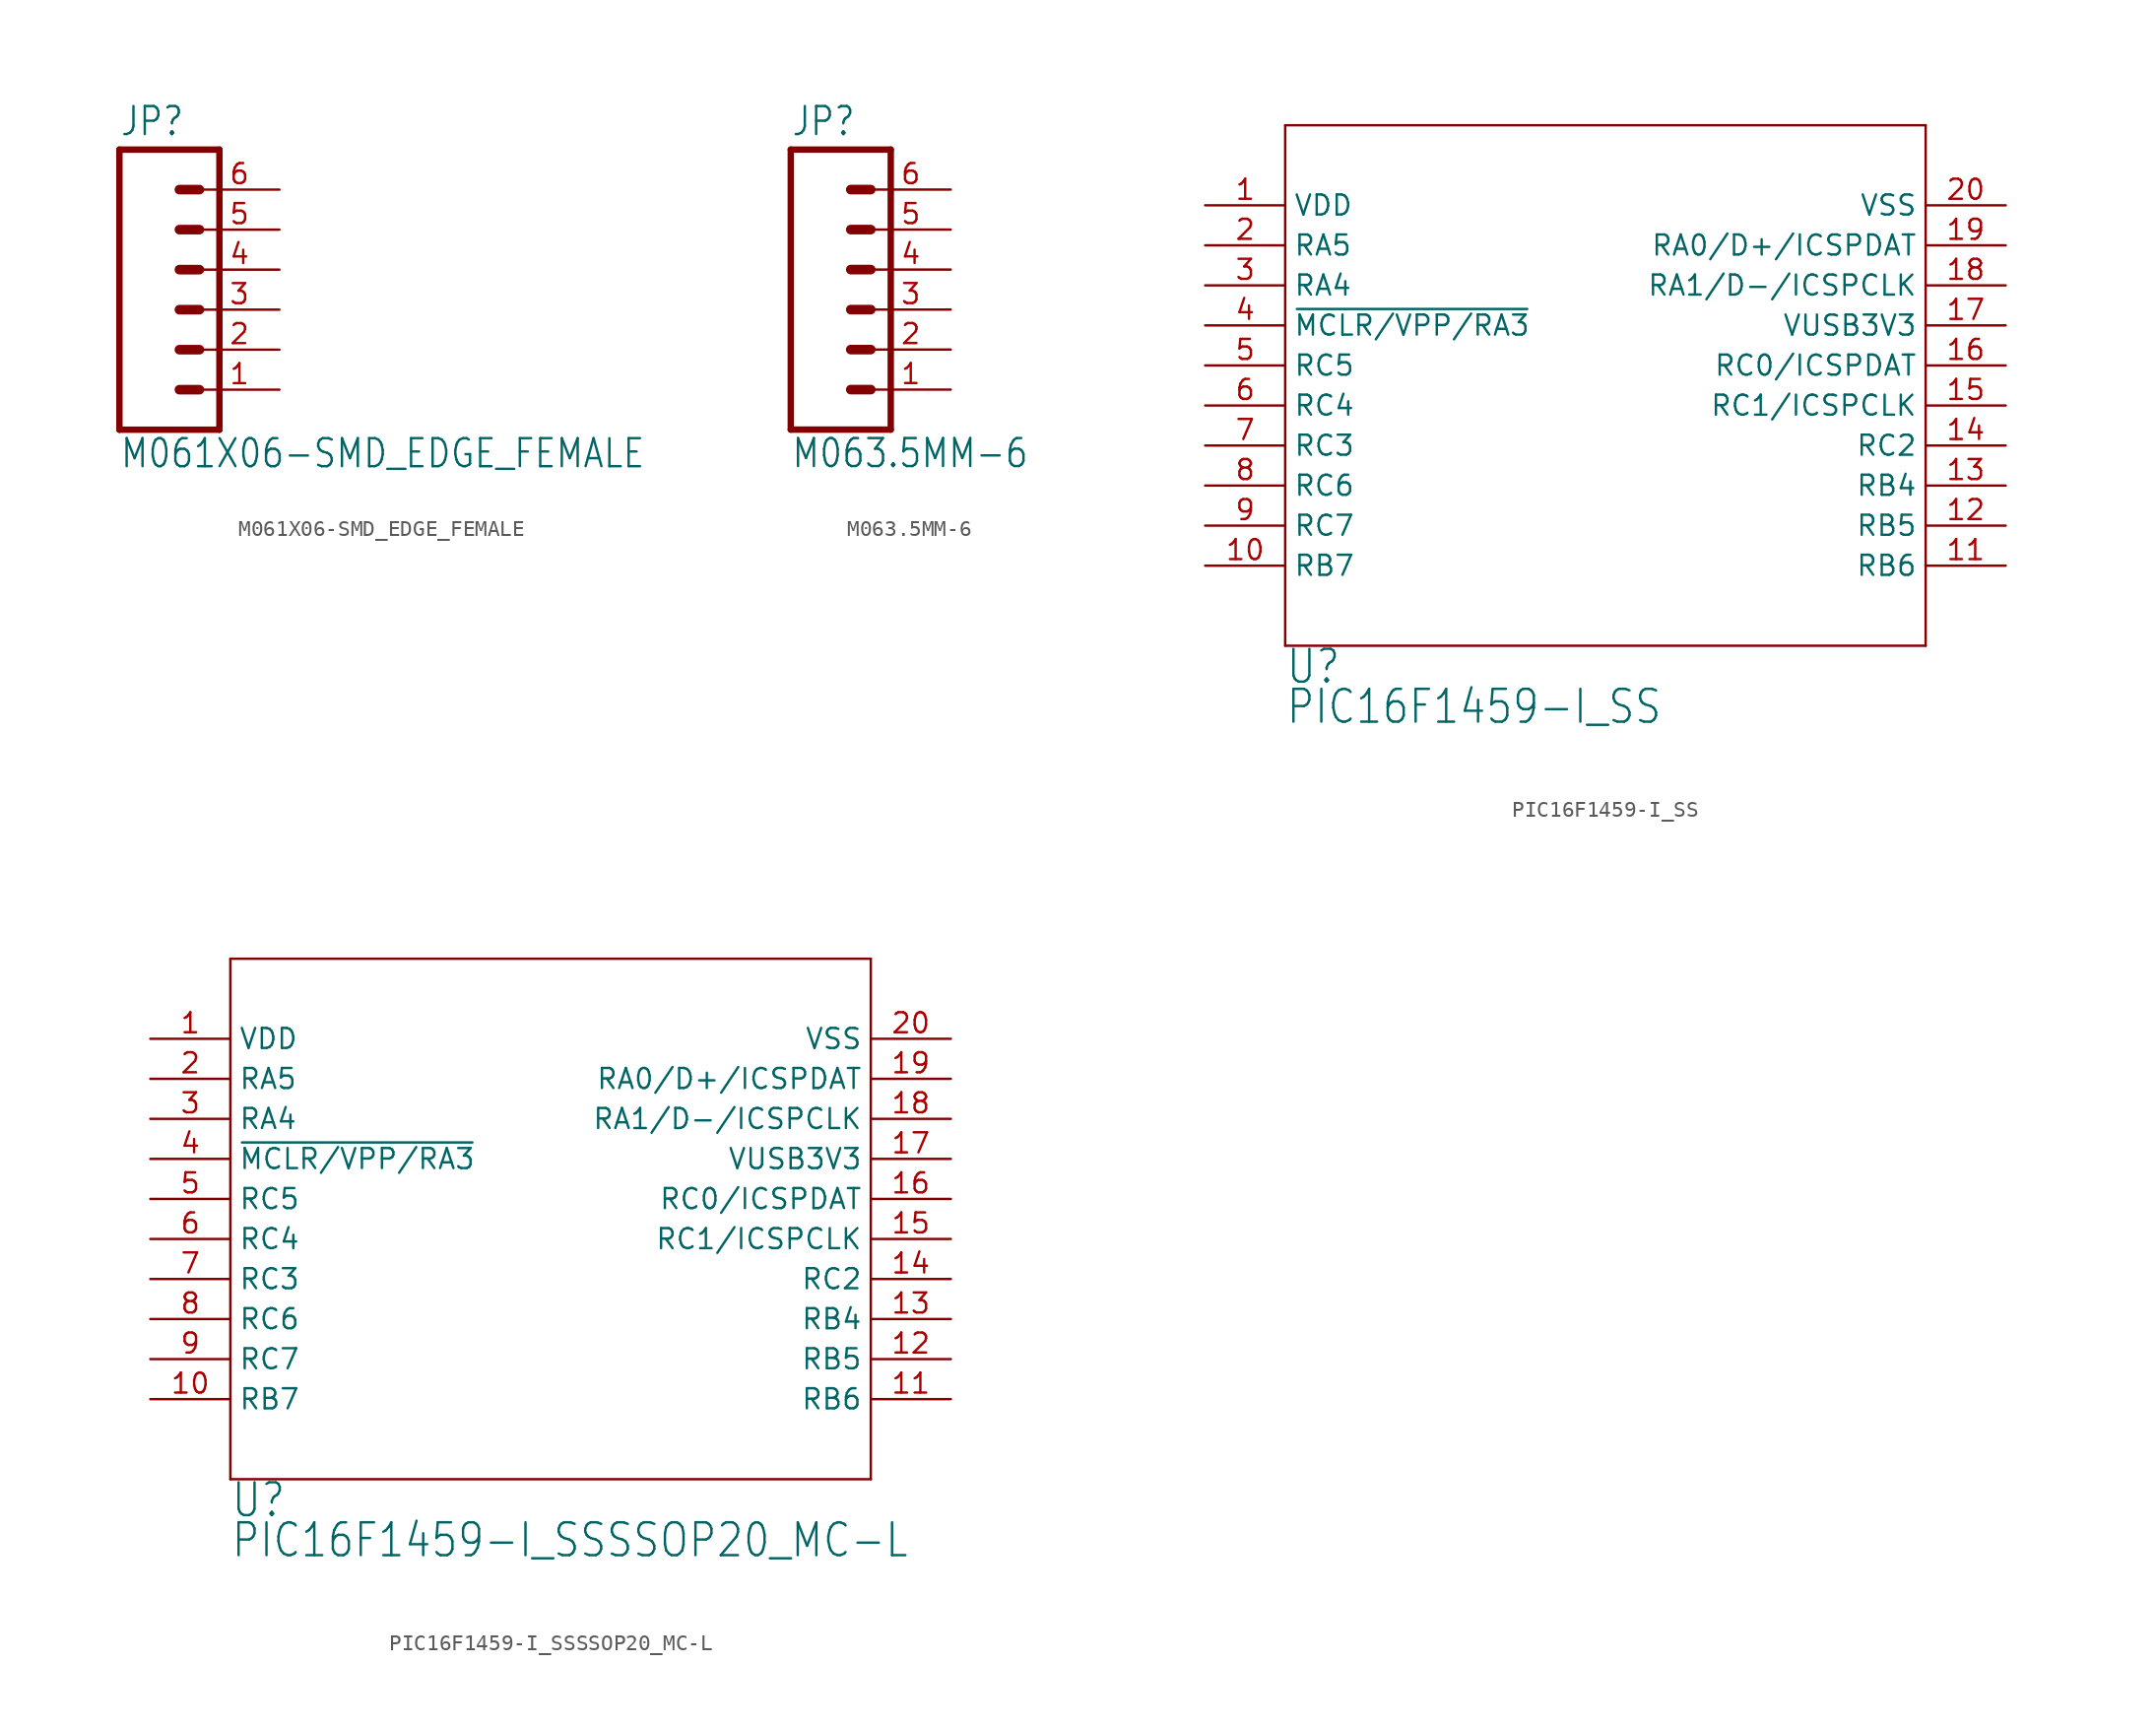
<source format=kicad_sym>
(kicad_symbol_lib
  (version 20201005)
  (generator kicad_symbol_editor)
  (symbol "M061X06-SMD_EDGE_FEMALE"
    (property "Reference" "JP"
      (at -5.08 10.922 0)
      (effects (font (size 1.778 1.511)) (justify left bottom)))
    (property "Value" "M061X06-SMD_EDGE_FEMALE"
      (at -5.08 -10.16 0)
      (effects (font (size 1.778 1.511)) (justify left bottom)))
    (property "ki_locked" ""
      (at 0 0 0)
      (effects (font (size 1.27 1.27))))
    (symbol "M061X06-SMD_EDGE_FEMALE_1_0"
      (polyline (pts (xy 1.27 -7.62) (xy -5.08 -7.62)) (stroke (width 0.406)) (fill (type none)))
      (polyline (pts (xy -1.27 0) (xy 0 0)) (stroke (width 0.61)) (fill (type none)))
      (polyline (pts (xy -1.27 -2.54) (xy 0 -2.54)) (stroke (width 0.61)) (fill (type none)))
      (polyline (pts (xy -1.27 -5.08) (xy 0 -5.08)) (stroke (width 0.61)) (fill (type none)))
      (polyline (pts (xy -5.08 10.16) (xy -5.08 -7.62)) (stroke (width 0.406)) (fill (type none)))
      (polyline (pts (xy 1.27 -7.62) (xy 1.27 10.16)) (stroke (width 0.406)) (fill (type none)))
      (polyline (pts (xy -5.08 10.16) (xy 1.27 10.16)) (stroke (width 0.406)) (fill (type none)))
      (polyline (pts (xy -1.27 5.08) (xy 0 5.08)) (stroke (width 0.61)) (fill (type none)))
      (polyline (pts (xy -1.27 2.54) (xy 0 2.54)) (stroke (width 0.61)) (fill (type none)))
      (polyline (pts (xy -1.27 7.62) (xy 0 7.62)) (stroke (width 0.61)) (fill (type none)))
      (pin passive line (at 5.08 -5.08 180) (length 5.08) (name "1" (effects (font (size 0 0)))) (number "1" (effects (font (size 1.27 1.27)))))
      (pin passive line (at 5.08 -2.54 180) (length 5.08) (name "2" (effects (font (size 0 0)))) (number "2" (effects (font (size 1.27 1.27)))))
      (pin passive line (at 5.08 0 180) (length 5.08) (name "3" (effects (font (size 0 0)))) (number "3" (effects (font (size 1.27 1.27)))))
      (pin passive line (at 5.08 2.54 180) (length 5.08) (name "4" (effects (font (size 0 0)))) (number "4" (effects (font (size 1.27 1.27)))))
      (pin passive line (at 5.08 5.08 180) (length 5.08) (name "5" (effects (font (size 0 0)))) (number "5" (effects (font (size 1.27 1.27)))))
      (pin passive line (at 5.08 7.62 180) (length 5.08) (name "6" (effects (font (size 0 0)))) (number "6" (effects (font (size 1.27 1.27)))))))
  (symbol "M063.5MM-6"
    (property "Reference" "JP"
      (at -5.08 10.922 0)
      (effects (font (size 1.778 1.511)) (justify left bottom)))
    (property "Value" "M063.5MM-6"
      (at -5.08 -10.16 0)
      (effects (font (size 1.778 1.511)) (justify left bottom)))
    (property "ki_locked" ""
      (at 0 0 0)
      (effects (font (size 1.27 1.27))))
    (symbol "M063.5MM-6_1_0"
      (polyline (pts (xy 1.27 -7.62) (xy -5.08 -7.62)) (stroke (width 0.406)) (fill (type none)))
      (polyline (pts (xy -1.27 0) (xy 0 0)) (stroke (width 0.61)) (fill (type none)))
      (polyline (pts (xy -1.27 -2.54) (xy 0 -2.54)) (stroke (width 0.61)) (fill (type none)))
      (polyline (pts (xy -1.27 -5.08) (xy 0 -5.08)) (stroke (width 0.61)) (fill (type none)))
      (polyline (pts (xy -5.08 10.16) (xy -5.08 -7.62)) (stroke (width 0.406)) (fill (type none)))
      (polyline (pts (xy 1.27 -7.62) (xy 1.27 10.16)) (stroke (width 0.406)) (fill (type none)))
      (polyline (pts (xy -5.08 10.16) (xy 1.27 10.16)) (stroke (width 0.406)) (fill (type none)))
      (polyline (pts (xy -1.27 5.08) (xy 0 5.08)) (stroke (width 0.61)) (fill (type none)))
      (polyline (pts (xy -1.27 2.54) (xy 0 2.54)) (stroke (width 0.61)) (fill (type none)))
      (polyline (pts (xy -1.27 7.62) (xy 0 7.62)) (stroke (width 0.61)) (fill (type none)))
      (pin passive line (at 5.08 -5.08 180) (length 5.08) (name "1" (effects (font (size 0 0)))) (number "1" (effects (font (size 1.27 1.27)))))
      (pin passive line (at 5.08 -2.54 180) (length 5.08) (name "2" (effects (font (size 0 0)))) (number "2" (effects (font (size 1.27 1.27)))))
      (pin passive line (at 5.08 0 180) (length 5.08) (name "3" (effects (font (size 0 0)))) (number "3" (effects (font (size 1.27 1.27)))))
      (pin passive line (at 5.08 2.54 180) (length 5.08) (name "4" (effects (font (size 0 0)))) (number "4" (effects (font (size 1.27 1.27)))))
      (pin passive line (at 5.08 5.08 180) (length 5.08) (name "5" (effects (font (size 0 0)))) (number "5" (effects (font (size 1.27 1.27)))))
      (pin passive line (at 5.08 7.62 180) (length 5.08) (name "6" (effects (font (size 0 0)))) (number "6" (effects (font (size 1.27 1.27)))))))
  (symbol "PIC16F1459-I_SS"
    (property "Reference" "U"
      (at 0 -2.54 0)
      (effects (font (size 2.083 1.77)) (justify left bottom)))
    (property "Value" "PIC16F1459-I_SS"
      (at 0 -5.08 0)
      (effects (font (size 2.083 1.77)) (justify left bottom)))
    (property "ki_locked" ""
      (at 0 0 0)
      (effects (font (size 1.27 1.27))))
    (symbol "PIC16F1459-I_SS_1_0"
      (polyline (pts (xy 0 33.02) (xy 0 0)) (stroke (width 0.152)) (fill (type none)))
      (polyline (pts (xy 0 0) (xy 40.64 0)) (stroke (width 0.152)) (fill (type none)))
      (polyline (pts (xy 40.64 0) (xy 40.64 33.02)) (stroke (width 0.152)) (fill (type none)))
      (polyline (pts (xy 40.64 33.02) (xy 0 33.02)) (stroke (width 0.152)) (fill (type none)))
      (pin power_in line (at -5.08 27.94 0) (length 5.08) (name "VDD" (effects (font (size 1.27 1.27)))) (number "1" (effects (font (size 1.27 1.27)))))
      (pin bidirectional line (at -5.08 25.4 0) (length 5.08) (name "RA5" (effects (font (size 1.27 1.27)))) (number "2" (effects (font (size 1.27 1.27)))))
      (pin bidirectional line (at -5.08 22.86 0) (length 5.08) (name "RA4" (effects (font (size 1.27 1.27)))) (number "3" (effects (font (size 1.27 1.27)))))
      (pin bidirectional line (at -5.08 20.32 0) (length 5.08) (name "~MCLR/VPP/RA3" (effects (font (size 1.27 1.27)))) (number "4" (effects (font (size 1.27 1.27)))))
      (pin bidirectional line (at -5.08 17.78 0) (length 5.08) (name "RC5" (effects (font (size 1.27 1.27)))) (number "5" (effects (font (size 1.27 1.27)))))
      (pin bidirectional line (at -5.08 15.24 0) (length 5.08) (name "RC4" (effects (font (size 1.27 1.27)))) (number "6" (effects (font (size 1.27 1.27)))))
      (pin bidirectional line (at -5.08 12.7 0) (length 5.08) (name "RC3" (effects (font (size 1.27 1.27)))) (number "7" (effects (font (size 1.27 1.27)))))
      (pin bidirectional line (at -5.08 10.16 0) (length 5.08) (name "RC6" (effects (font (size 1.27 1.27)))) (number "8" (effects (font (size 1.27 1.27)))))
      (pin bidirectional line (at -5.08 7.62 0) (length 5.08) (name "RC7" (effects (font (size 1.27 1.27)))) (number "9" (effects (font (size 1.27 1.27)))))
      (pin bidirectional line (at -5.08 5.08 0) (length 5.08) (name "RB7" (effects (font (size 1.27 1.27)))) (number "10" (effects (font (size 1.27 1.27)))))
      (pin bidirectional line (at 45.72 5.08 180) (length 5.08) (name "RB6" (effects (font (size 1.27 1.27)))) (number "11" (effects (font (size 1.27 1.27)))))
      (pin bidirectional line (at 45.72 7.62 180) (length 5.08) (name "RB5" (effects (font (size 1.27 1.27)))) (number "12" (effects (font (size 1.27 1.27)))))
      (pin bidirectional line (at 45.72 10.16 180) (length 5.08) (name "RB4" (effects (font (size 1.27 1.27)))) (number "13" (effects (font (size 1.27 1.27)))))
      (pin bidirectional line (at 45.72 12.7 180) (length 5.08) (name "RC2" (effects (font (size 1.27 1.27)))) (number "14" (effects (font (size 1.27 1.27)))))
      (pin bidirectional line (at 45.72 15.24 180) (length 5.08) (name "RC1/ICSPCLK" (effects (font (size 1.27 1.27)))) (number "15" (effects (font (size 1.27 1.27)))))
      (pin bidirectional line (at 45.72 17.78 180) (length 5.08) (name "RC0/ICSPDAT" (effects (font (size 1.27 1.27)))) (number "16" (effects (font (size 1.27 1.27)))))
      (pin power_in line (at 45.72 20.32 180) (length 5.08) (name "VUSB3V3" (effects (font (size 1.27 1.27)))) (number "17" (effects (font (size 1.27 1.27)))))
      (pin bidirectional line (at 45.72 22.86 180) (length 5.08) (name "RA1/D-/ICSPCLK" (effects (font (size 1.27 1.27)))) (number "18" (effects (font (size 1.27 1.27)))))
      (pin bidirectional line (at 45.72 25.4 180) (length 5.08) (name "RA0/D+/ICSPDAT" (effects (font (size 1.27 1.27)))) (number "19" (effects (font (size 1.27 1.27)))))
      (pin power_in line (at 45.72 27.94 180) (length 5.08) (name "VSS" (effects (font (size 1.27 1.27)))) (number "20" (effects (font (size 1.27 1.27)))))))
  (symbol "PIC16F1459-I_SSSSOP20_MC-L"
    (property "Reference" "U"
      (at 0 -2.54 0)
      (effects (font (size 2.083 1.77)) (justify left bottom)))
    (property "Value" "PIC16F1459-I_SSSSOP20_MC-L"
      (at 0 -5.08 0)
      (effects (font (size 2.083 1.77)) (justify left bottom)))
    (property "ki_locked" ""
      (at 0 0 0)
      (effects (font (size 1.27 1.27))))
    (symbol "PIC16F1459-I_SSSSOP20_MC-L_1_0"
      (polyline (pts (xy 0 33.02) (xy 0 0)) (stroke (width 0.152)) (fill (type none)))
      (polyline (pts (xy 0 0) (xy 40.64 0)) (stroke (width 0.152)) (fill (type none)))
      (polyline (pts (xy 40.64 0) (xy 40.64 33.02)) (stroke (width 0.152)) (fill (type none)))
      (polyline (pts (xy 40.64 33.02) (xy 0 33.02)) (stroke (width 0.152)) (fill (type none)))
      (pin power_in line (at -5.08 27.94 0) (length 5.08) (name "VDD" (effects (font (size 1.27 1.27)))) (number "1" (effects (font (size 1.27 1.27)))))
      (pin bidirectional line (at -5.08 25.4 0) (length 5.08) (name "RA5" (effects (font (size 1.27 1.27)))) (number "2" (effects (font (size 1.27 1.27)))))
      (pin bidirectional line (at -5.08 22.86 0) (length 5.08) (name "RA4" (effects (font (size 1.27 1.27)))) (number "3" (effects (font (size 1.27 1.27)))))
      (pin bidirectional line (at -5.08 20.32 0) (length 5.08) (name "~MCLR/VPP/RA3" (effects (font (size 1.27 1.27)))) (number "4" (effects (font (size 1.27 1.27)))))
      (pin bidirectional line (at -5.08 17.78 0) (length 5.08) (name "RC5" (effects (font (size 1.27 1.27)))) (number "5" (effects (font (size 1.27 1.27)))))
      (pin bidirectional line (at -5.08 15.24 0) (length 5.08) (name "RC4" (effects (font (size 1.27 1.27)))) (number "6" (effects (font (size 1.27 1.27)))))
      (pin bidirectional line (at -5.08 12.7 0) (length 5.08) (name "RC3" (effects (font (size 1.27 1.27)))) (number "7" (effects (font (size 1.27 1.27)))))
      (pin bidirectional line (at -5.08 10.16 0) (length 5.08) (name "RC6" (effects (font (size 1.27 1.27)))) (number "8" (effects (font (size 1.27 1.27)))))
      (pin bidirectional line (at -5.08 7.62 0) (length 5.08) (name "RC7" (effects (font (size 1.27 1.27)))) (number "9" (effects (font (size 1.27 1.27)))))
      (pin bidirectional line (at -5.08 5.08 0) (length 5.08) (name "RB7" (effects (font (size 1.27 1.27)))) (number "10" (effects (font (size 1.27 1.27)))))
      (pin bidirectional line (at 45.72 5.08 180) (length 5.08) (name "RB6" (effects (font (size 1.27 1.27)))) (number "11" (effects (font (size 1.27 1.27)))))
      (pin bidirectional line (at 45.72 7.62 180) (length 5.08) (name "RB5" (effects (font (size 1.27 1.27)))) (number "12" (effects (font (size 1.27 1.27)))))
      (pin bidirectional line (at 45.72 10.16 180) (length 5.08) (name "RB4" (effects (font (size 1.27 1.27)))) (number "13" (effects (font (size 1.27 1.27)))))
      (pin bidirectional line (at 45.72 12.7 180) (length 5.08) (name "RC2" (effects (font (size 1.27 1.27)))) (number "14" (effects (font (size 1.27 1.27)))))
      (pin bidirectional line (at 45.72 15.24 180) (length 5.08) (name "RC1/ICSPCLK" (effects (font (size 1.27 1.27)))) (number "15" (effects (font (size 1.27 1.27)))))
      (pin bidirectional line (at 45.72 17.78 180) (length 5.08) (name "RC0/ICSPDAT" (effects (font (size 1.27 1.27)))) (number "16" (effects (font (size 1.27 1.27)))))
      (pin power_in line (at 45.72 20.32 180) (length 5.08) (name "VUSB3V3" (effects (font (size 1.27 1.27)))) (number "17" (effects (font (size 1.27 1.27)))))
      (pin bidirectional line (at 45.72 22.86 180) (length 5.08) (name "RA1/D-/ICSPCLK" (effects (font (size 1.27 1.27)))) (number "18" (effects (font (size 1.27 1.27)))))
      (pin bidirectional line (at 45.72 25.4 180) (length 5.08) (name "RA0/D+/ICSPDAT" (effects (font (size 1.27 1.27)))) (number "19" (effects (font (size 1.27 1.27)))))
      (pin power_in line (at 45.72 27.94 180) (length 5.08) (name "VSS" (effects (font (size 1.27 1.27)))) (number "20" (effects (font (size 1.27 1.27))))))))
</source>
